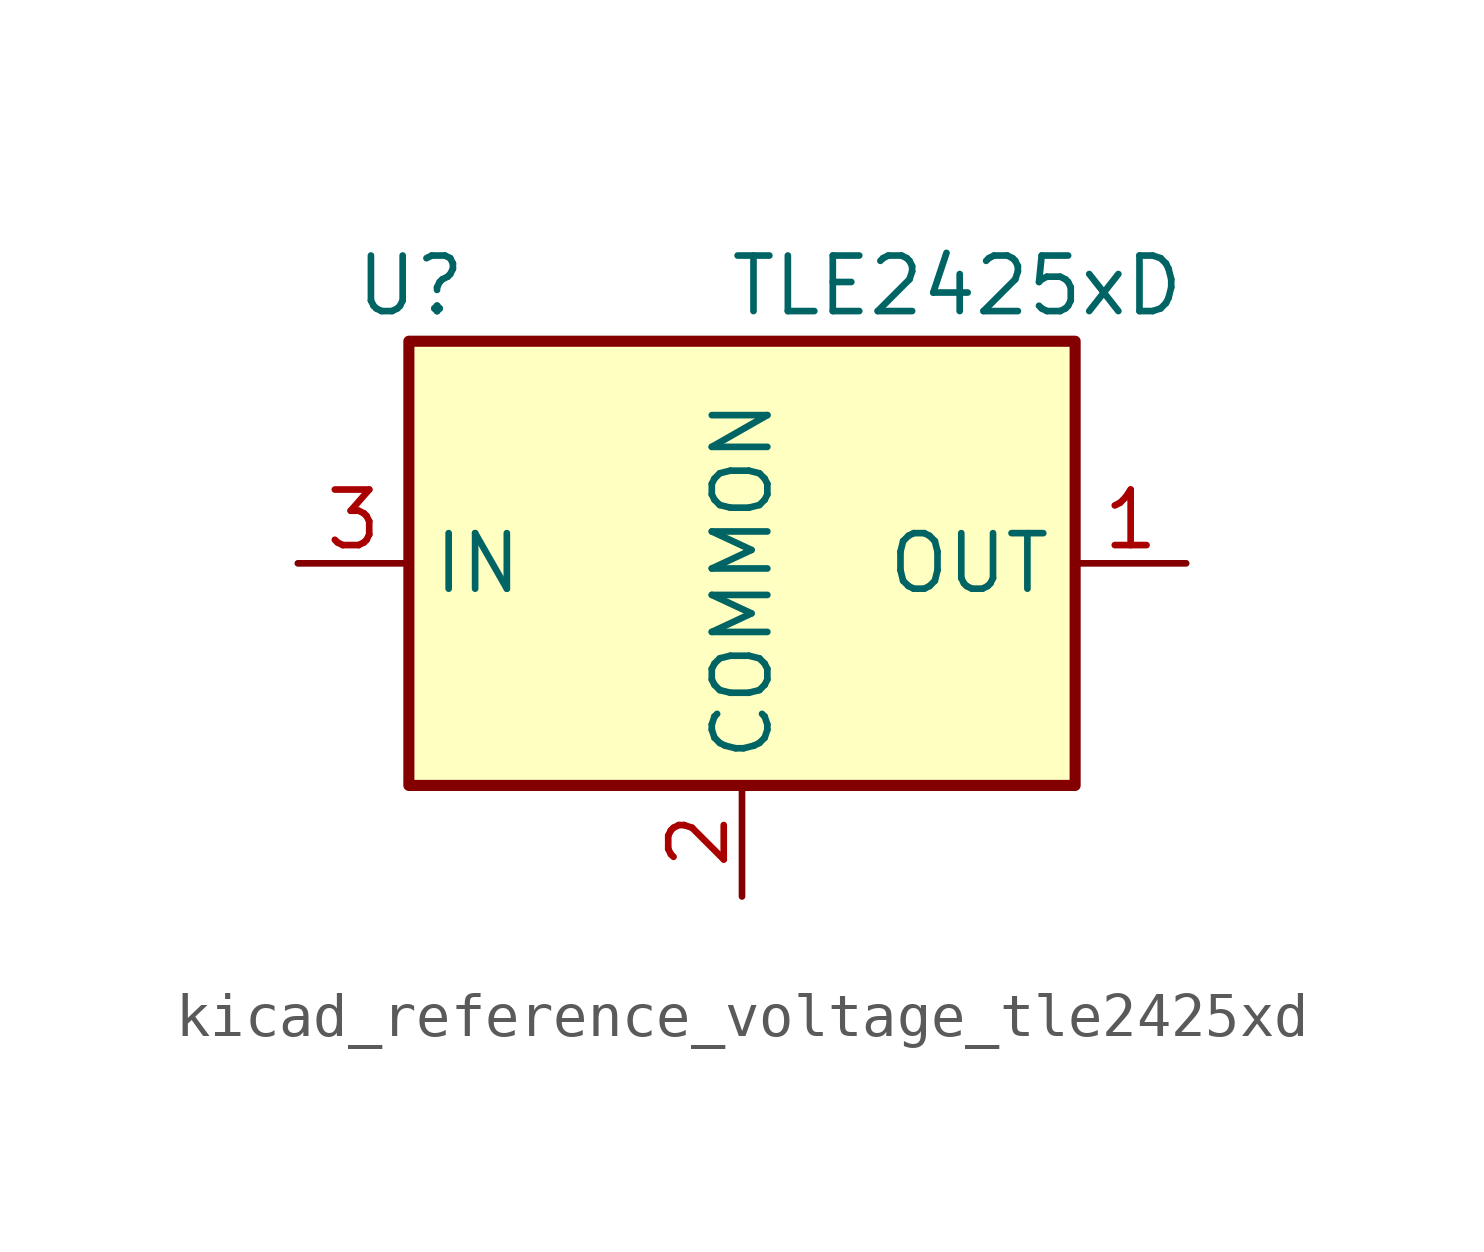
<source format=kicad_sym>
(kicad_symbol_lib
  (version 20220914)
  (generator kicad_symbol_editor)
  (symbol "kicad_reference_voltage_tle2425xd"
    (property "Reference" "U"
      (at -8.89 6.35 0)
      (effects (font (size 1.27 1.27)) (justify left)))
    (property "Value" "TLE2425xD"
      (at 10.16 6.35 0)
      (effects (font (size 1.27 1.27)) (justify right)))
    (symbol "kicad_reference_voltage_tle2425xd_0_1"
      (rectangle (start 7.62 -5.08) (end -7.62 5.08) (stroke (width 0.254) (type default)) (fill (type background))))
    (symbol "kicad_reference_voltage_tle2425xd_1_1"
      (pin power_out line (at 10.16 0 180) (length 2.54) (name "OUT" (effects (font (size 1.27 1.27)))) (number "1" (effects (font (size 1.27 1.27)))))
      (pin power_in line (at 0 -7.62 90) (length 2.54) (name "COMMON" (effects (font (size 1.27 1.27)))) (number "2" (effects (font (size 1.27 1.27)))))
      (pin power_in line (at -10.16 0 0) (length 2.54) (name "IN" (effects (font (size 1.27 1.27)))) (number "3" (effects (font (size 1.27 1.27)))))
      (pin no_connect line (at -7.62 -2.54 0) (length 2.54) hide (name "NC" (effects (font (size 1.27 1.27)))) (number "4" (effects (font (size 1.27 1.27)))))
      (pin no_connect line (at -5.08 -5.08 90) (length 2.54) hide (name "NC" (effects (font (size 1.27 1.27)))) (number "5" (effects (font (size 1.27 1.27)))))
      (pin no_connect line (at 7.62 2.54 180) (length 2.54) hide (name "NC" (effects (font (size 1.27 1.27)))) (number "6" (effects (font (size 1.27 1.27)))))
      (pin no_connect line (at 7.62 -2.54 180) (length 2.54) hide (name "NC" (effects (font (size 1.27 1.27)))) (number "7" (effects (font (size 1.27 1.27)))))
      (pin no_connect line (at -7.62 2.54 0) (length 2.54) hide (name "NC" (effects (font (size 1.27 1.27)))) (number "8" (effects (font (size 1.27 1.27))))))))
</source>
